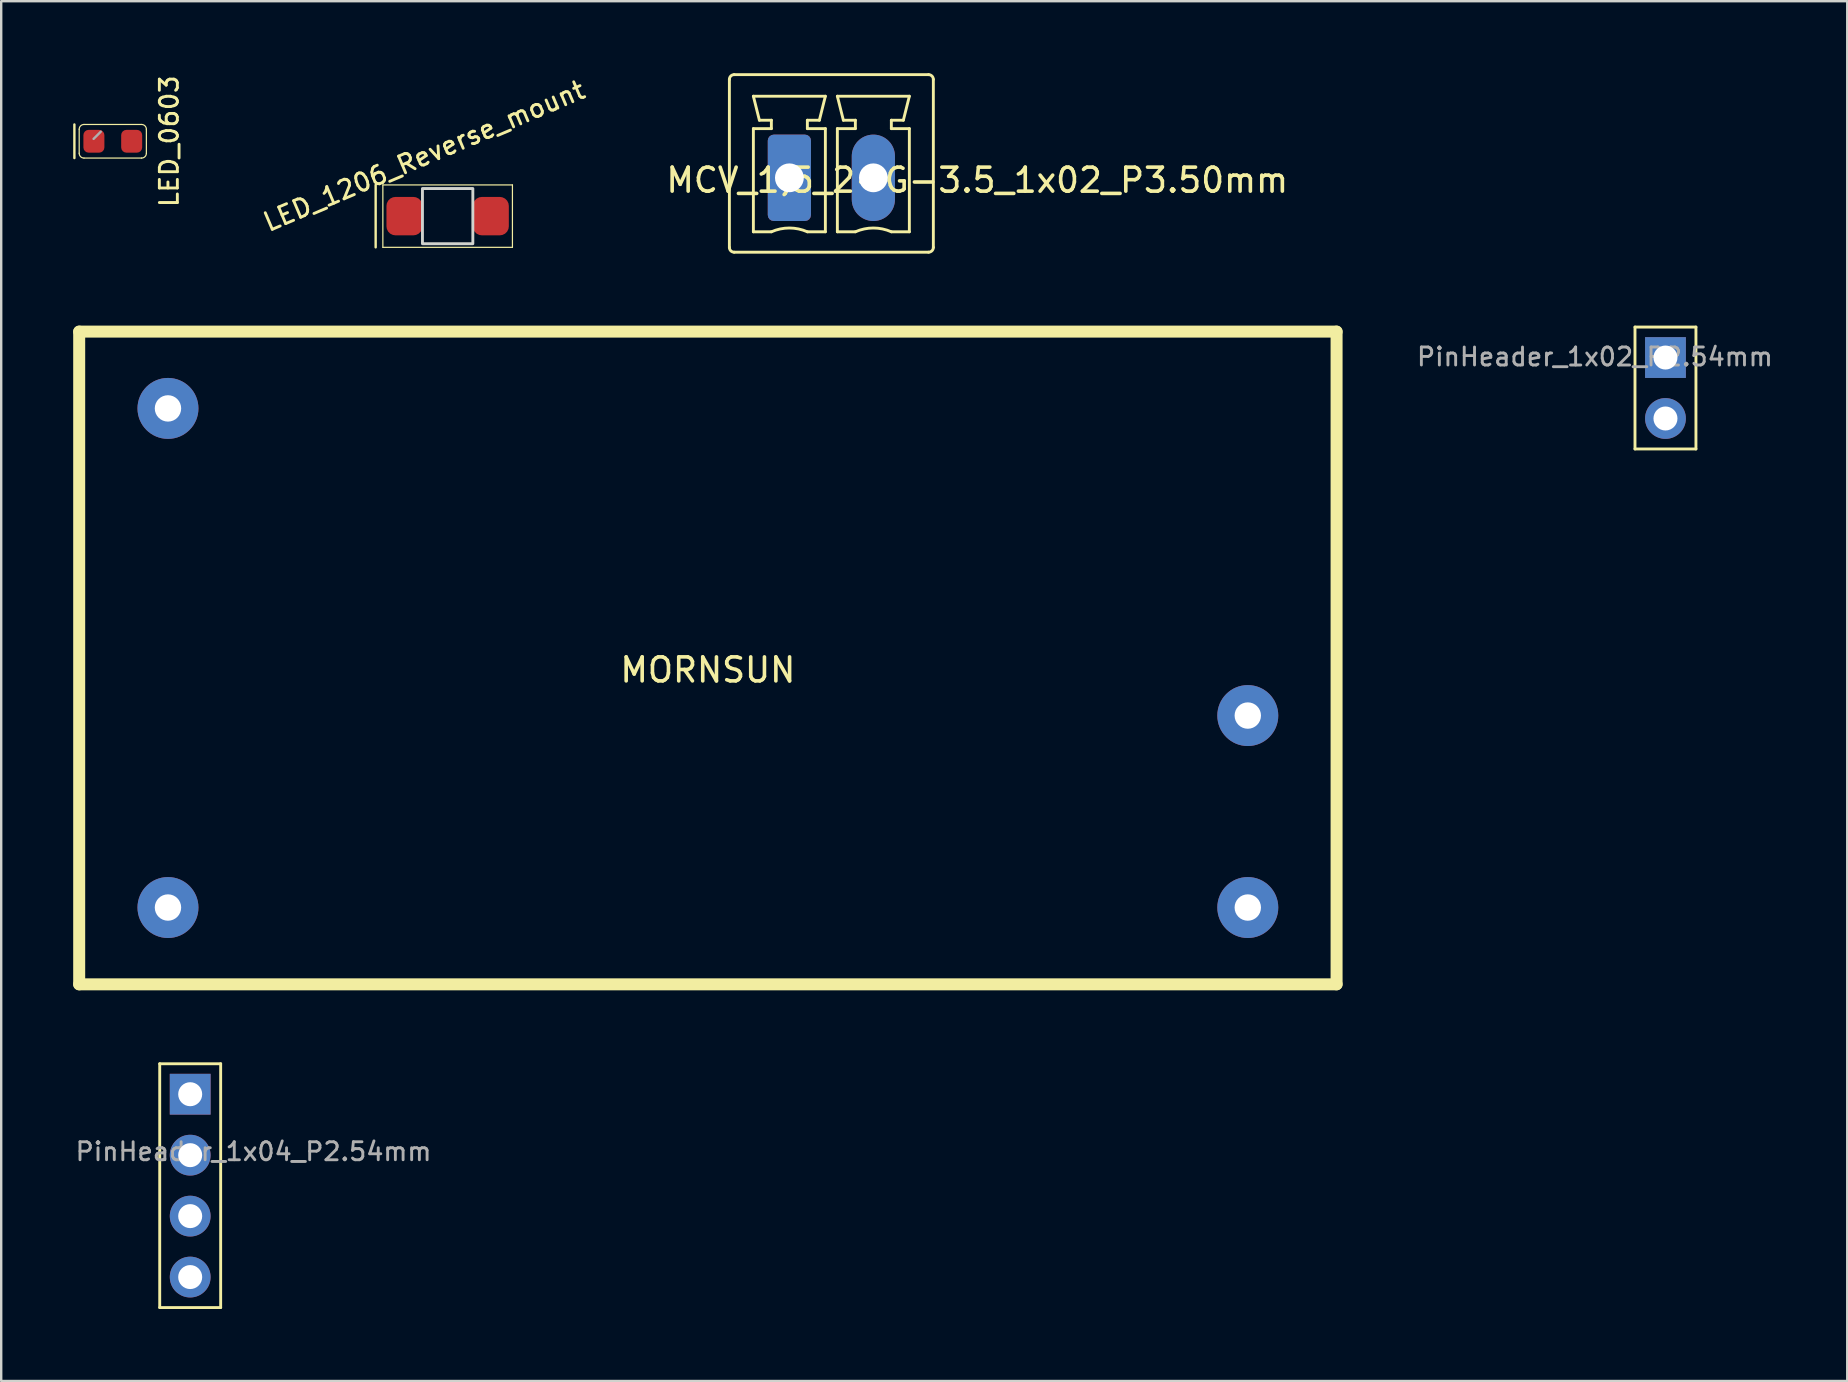
<source format=kicad_pcb>
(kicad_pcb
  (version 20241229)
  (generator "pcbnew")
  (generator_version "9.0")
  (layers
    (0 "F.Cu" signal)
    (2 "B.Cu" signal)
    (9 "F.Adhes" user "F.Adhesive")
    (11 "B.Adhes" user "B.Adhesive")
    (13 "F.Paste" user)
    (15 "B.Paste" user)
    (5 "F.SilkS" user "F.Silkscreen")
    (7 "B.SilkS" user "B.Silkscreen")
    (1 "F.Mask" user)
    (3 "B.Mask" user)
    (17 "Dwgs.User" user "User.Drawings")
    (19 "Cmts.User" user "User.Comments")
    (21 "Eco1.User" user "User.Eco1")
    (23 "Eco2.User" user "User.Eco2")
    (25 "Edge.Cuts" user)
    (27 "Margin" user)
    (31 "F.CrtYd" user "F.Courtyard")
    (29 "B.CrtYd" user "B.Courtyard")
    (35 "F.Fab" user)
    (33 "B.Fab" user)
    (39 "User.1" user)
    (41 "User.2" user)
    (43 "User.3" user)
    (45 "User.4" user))
  (footprint "MCV_1,5_2-G-3.5_1x02_P3.50mm"
    (layer "F.Cu")
    (at 29.846 4.36)
    (property "Reference" "MCV_1,5_2-G-3.5_1x02_P3.50mm" (at 7.83 0.1 0) (layer "F.SilkS") (effects (font (size 1 1) (thickness 0.15))))
    (attr through_hole)
    (fp_line (start -2.5 -4.1) (end -2.5 2.9) (stroke (width 0.12) (type solid)) (layer "F.SilkS"))
    (fp_line (start -2.3 3.1) (end 5.8 3.1) (stroke (width 0.12) (type solid)) (layer "F.SilkS"))
    (fp_line (start -1.5 -3.4) (end 1.5 -3.4) (stroke (width 0.12) (type solid)) (layer "F.SilkS"))
    (fp_line (start -1.5 -2.05) (end -0.75 -2.05) (stroke (width 0.12) (type solid)) (layer "F.SilkS"))
    (fp_line (start -1.5 2.25) (end -1.5 -2.05) (stroke (width 0.12) (type solid)) (layer "F.SilkS"))
    (fp_line (start -1.25 -2.4) (end -1.5 -3.4) (stroke (width 0.12) (type solid)) (layer "F.SilkS"))
    (fp_line (start -0.75 -2.4) (end -1.25 -2.4) (stroke (width 0.12) (type solid)) (layer "F.SilkS"))
    (fp_line (start -0.75 -2.05) (end -0.75 -2.4) (stroke (width 0.12) (type solid)) (layer "F.SilkS"))
    (fp_line (start -0.75 2.25) (end -1.5 2.25) (stroke (width 0.12) (type solid)) (layer "F.SilkS"))
    (fp_line (start 0.75 -2.4) (end 0.75 -2.05) (stroke (width 0.12) (type solid)) (layer "F.SilkS"))
    (fp_line (start 0.75 -2.05) (end 1.5 -2.05) (stroke (width 0.12) (type solid)) (layer "F.SilkS"))
    (fp_line (start 1.25 -2.4) (end 0.75 -2.4) (stroke (width 0.12) (type solid)) (layer "F.SilkS"))
    (fp_line (start 1.5 -3.4) (end 1.25 -2.4) (stroke (width 0.12) (type solid)) (layer "F.SilkS"))
    (fp_line (start 1.5 -2.05) (end 1.5 2.25) (stroke (width 0.12) (type solid)) (layer "F.SilkS"))
    (fp_line (start 1.5 2.25) (end 0.75 2.25) (stroke (width 0.12) (type solid)) (layer "F.SilkS"))
    (fp_line (start 2 -3.4) (end 5 -3.4) (stroke (width 0.12) (type solid)) (layer "F.SilkS"))
    (fp_line (start 2 -2.05) (end 2.75 -2.05) (stroke (width 0.12) (type solid)) (layer "F.SilkS"))
    (fp_line (start 2 2.25) (end 2 -2.05) (stroke (width 0.12) (type solid)) (layer "F.SilkS"))
    (fp_line (start 2.25 -2.4) (end 2 -3.4) (stroke (width 0.12) (type solid)) (layer "F.SilkS"))
    (fp_line (start 2.75 -2.4) (end 2.25 -2.4) (stroke (width 0.12) (type solid)) (layer "F.SilkS"))
    (fp_line (start 2.75 -2.05) (end 2.75 -2.4) (stroke (width 0.12) (type solid)) (layer "F.SilkS"))
    (fp_line (start 2.75 2.25) (end 2 2.25) (stroke (width 0.12) (type solid)) (layer "F.SilkS"))
    (fp_line (start 4.25 -2.4) (end 4.25 -2.05) (stroke (width 0.12) (type solid)) (layer "F.SilkS"))
    (fp_line (start 4.25 -2.05) (end 5 -2.05) (stroke (width 0.12) (type solid)) (layer "F.SilkS"))
    (fp_line (start 4.75 -2.4) (end 4.25 -2.4) (stroke (width 0.12) (type solid)) (layer "F.SilkS"))
    (fp_line (start 5 -3.4) (end 4.75 -2.4) (stroke (width 0.12) (type solid)) (layer "F.SilkS"))
    (fp_line (start 5 -2.05) (end 5 2.25) (stroke (width 0.12) (type solid)) (layer "F.SilkS"))
    (fp_line (start 5 2.25) (end 4.25 2.25) (stroke (width 0.12) (type solid)) (layer "F.SilkS"))
    (fp_line (start 5.8 -4.3) (end -2.3 -4.3) (stroke (width 0.12) (type solid)) (layer "F.SilkS"))
    (fp_line (start 6 2.9) (end 6 -4.1) (stroke (width 0.12) (type solid)) (layer "F.SilkS"))
    (fp_arc (start -2.5 -4.1) (mid -2.441421 -4.241421) (end -2.3 -4.3) (stroke (width 0.12) (type solid)) (layer "F.SilkS"))
    (fp_arc (start -2.3 3.1) (mid -2.441421 3.041421) (end -2.5 2.9) (stroke (width 0.12) (type solid)) (layer "F.SilkS"))
    (fp_arc (start -0.75 2.25) (mid -0.000193 2.09191) (end 0.749647 2.249844) (stroke (width 0.12) (type solid)) (layer "F.SilkS"))
    (fp_arc (start 2.75 2.25) (mid 3.499807 2.09191) (end 4.249647 2.249844) (stroke (width 0.12) (type solid)) (layer "F.SilkS"))
    (fp_arc (start 5.8 -4.3) (mid 5.941421 -4.241421) (end 6 -4.1) (stroke (width 0.12) (type solid)) (layer "F.SilkS"))
    (fp_arc (start 6 2.9) (mid 5.941421 3.041421) (end 5.8 3.1) (stroke (width 0.12) (type solid)) (layer "F.SilkS"))
    (pad "1" thru_hole roundrect (at 0 0) (size 1.8 3.6) (drill 1.2) (layers "*.Cu" "*.Mask") (roundrect_rratio 0.139))
    (pad "2" thru_hole oval (at 3.5 0) (size 1.8 3.6) (drill 1.2) (layers "*.Cu" "*.Mask")))
  (footprint "LED_1206_Reverse_mount"
    (layer "F.Cu")
    (at 15.605 5.957)
    (property "Reference" "LED_1206_Reverse_mount" (at -0.981 -2.507 23) (layer "F.SilkS") (effects (font (size 0.75 0.75) (thickness 0.12))))
    (attr smd)
    (fp_line (start -3 -1.3) (end -3 1.3) (stroke (width 0.1) (type solid)) (layer "F.SilkS"))
    (fp_line (start -2.7 -1.3) (end 2.7 -1.3) (stroke (width 0.05) (type solid)) (layer "F.SilkS"))
    (fp_line (start -2.7 1.3) (end -2.7 -1.3) (stroke (width 0.05) (type solid)) (layer "F.SilkS"))
    (fp_line (start 2.7 -1.3) (end 2.7 1.3) (stroke (width 0.05) (type solid)) (layer "F.SilkS"))
    (fp_line (start 2.7 1.3) (end -2.7 1.3) (stroke (width 0.05) (type solid)) (layer "F.SilkS"))
    (fp_rect (start -1.05 -1.15) (end 1.05 1.15) (stroke (width 0.12) (type solid)) (fill no) (layer "Edge.Cuts"))
    (pad "1" smd roundrect (at -1.8 0) (size 1.5 1.6) (layers "F.Cu" "F.Mask" "F.Paste") (roundrect_rratio 0.25))
    (pad "2" smd roundrect (at 1.8 0) (size 1.5 1.6) (layers "F.Cu" "F.Mask" "F.Paste") (roundrect_rratio 0.25)))
  (footprint "MORNSUN"
    (layer "F.Cu")
    (at 26.45 24.37)
    (property "Reference" "MORNSUN" (at 0 0.5 0) (layer "F.SilkS") (effects (font (size 1 1) (thickness 0.15))))
    (attr through_hole)
    (fp_line (start -26.2 -13.6) (end 26.2 -13.6) (stroke (width 0.5) (type solid)) (layer "F.SilkS"))
    (fp_line (start -26.2 13.6) (end -26.2 -13.6) (stroke (width 0.5) (type solid)) (layer "F.SilkS"))
    (fp_line (start 26.2 -13.6) (end 26.2 13.6) (stroke (width 0.5) (type solid)) (layer "F.SilkS"))
    (fp_line (start 26.2 13.6) (end -26.2 13.6) (stroke (width 0.5) (type solid)) (layer "F.SilkS"))
    (pad "1" thru_hole circle (at -22.5 -10.4) (size 2.54 2.54) (drill 1.1) (layers "*.Cu" "*.Mask"))
    (pad "2" thru_hole circle (at -22.5 10.4) (size 2.54 2.54) (drill 1.1) (layers "*.Cu" "*.Mask"))
    (pad "3" thru_hole circle (at 22.5 10.4) (size 2.54 2.54) (drill 1.1) (layers "*.Cu" "*.Mask"))
    (pad "4" thru_hole circle (at 22.5 2.4) (size 2.54 2.54) (drill 1.1) (layers "*.Cu" "*.Mask")))
  (footprint "PinHeader_1x02_P2.54mm"
    (layer "F.Cu")
    (at 66.356 11.85)
    (property "Reference" "PinHeader_1x02_P2.54mm" (at -2.94 -0.03 0) (layer "F.Fab") (effects (font (size 0.75 0.75) (thickness 0.12))))
    (attr through_hole)
    (fp_line (start -1.27 -1.27) (end 1.27 -1.27) (stroke (width 0.12) (type solid)) (layer "F.SilkS"))
    (fp_line (start -1.27 3.81) (end -1.27 -1.27) (stroke (width 0.12) (type solid)) (layer "F.SilkS"))
    (fp_line (start 1.27 -1.27) (end 1.27 3.81) (stroke (width 0.12) (type solid)) (layer "F.SilkS"))
    (fp_line (start 1.27 3.81) (end -1.27 3.81) (stroke (width 0.12) (type solid)) (layer "F.SilkS"))
    (pad "1" thru_hole rect (at 0 0) (size 1.7 1.7) (drill 1) (layers "*.Cu" "*.Mask"))
    (pad "2" thru_hole oval (at 0 2.54) (size 1.7 1.7) (drill 1) (layers "*.Cu" "*.Mask")))
  (footprint "LED_0603"
    (layer "F.Cu")
    (at 1.65 2.837)
    (property "Reference" "LED_0603" (at 2.35 0 90) (layer "F.SilkS") (effects (font (size 0.75 0.75) (thickness 0.12))))
    (attr smd)
    (fp_line (start -1.6 -0.7) (end -1.6 0.7) (stroke (width 0.1) (type solid)) (layer "F.SilkS"))
    (fp_line (start -1.4 0.5) (end -1.4 -0.5) (stroke (width 0.05) (type solid)) (layer "F.SilkS"))
    (fp_line (start -1.2 -0.7) (end 1.2 -0.7) (stroke (width 0.05) (type solid)) (layer "F.SilkS"))
    (fp_line (start 1.2 0.7) (end -1.2 0.7) (stroke (width 0.05) (type solid)) (layer "F.SilkS"))
    (fp_line (start 1.4 -0.5) (end 1.4 0.5) (stroke (width 0.05) (type solid)) (layer "F.SilkS"))
    (fp_arc (start -1.4 -0.5) (mid -1.341421 -0.641421) (end -1.2 -0.7) (stroke (width 0.05) (type solid)) (layer "F.SilkS"))
    (fp_arc (start -1.2 0.7) (mid -1.341421 0.641421) (end -1.4 0.5) (stroke (width 0.05) (type solid)) (layer "F.SilkS"))
    (fp_arc (start 1.2 -0.7) (mid 1.341421 -0.641421) (end 1.4 -0.5) (stroke (width 0.05) (type solid)) (layer "F.SilkS"))
    (fp_arc (start 1.4 0.5) (mid 1.341421 0.641421) (end 1.2 0.7) (stroke (width 0.05) (type solid)) (layer "F.SilkS"))
    (fp_line (start -0.5 -0.4) (end -0.8 -0.1) (stroke (width 0.1) (type solid)) (layer "F.Fab"))
    (pad "1" smd roundrect (at -0.787 0) (size 0.875 0.95) (layers "F.Cu" "F.Mask" "F.Paste") (roundrect_rratio 0.25))
    (pad "2" smd roundrect (at 0.787 0) (size 0.875 0.95) (layers "F.Cu" "F.Mask" "F.Paste") (roundrect_rratio 0.25)))
  (footprint "PinHeader_1x04_P2.54mm"
    (layer "F.Cu")
    (at 4.876 42.55)
    (property "Reference" "PinHeader_1x04_P2.54mm" (at 2.64 2.39 180) (layer "F.Fab") (effects (font (size 0.75 0.75) (thickness 0.12))))
    (attr through_hole)
    (fp_line (start -1.27 -1.27) (end 1.27 -1.27) (stroke (width 0.12) (type solid)) (layer "F.SilkS"))
    (fp_line (start -1.27 8.89) (end -1.27 -1.27) (stroke (width 0.12) (type solid)) (layer "F.SilkS"))
    (fp_line (start 1.27 -1.27) (end 1.27 8.89) (stroke (width 0.12) (type solid)) (layer "F.SilkS"))
    (fp_line (start 1.27 8.89) (end -1.27 8.89) (stroke (width 0.12) (type solid)) (layer "F.SilkS"))
    (pad "1" thru_hole rect (at 0 0) (size 1.7 1.7) (drill 1) (layers "*.Cu" "*.Mask"))
    (pad "2" thru_hole oval (at 0 2.54) (size 1.7 1.7) (drill 1) (layers "*.Cu" "*.Mask"))
    (pad "3" thru_hole oval (at 0 5.08) (size 1.7 1.7) (drill 1) (layers "*.Cu" "*.Mask"))
    (pad "4" thru_hole oval (at 0 7.62) (size 1.7 1.7) (drill 1) (layers "*.Cu" "*.Mask")))
  (gr_rect
    (start -3 -3)
    (end 73.931 54.5)
    (stroke (width 0.1) (type default))
    (fill no)
    (layer "Edge.Cuts")))
</source>
